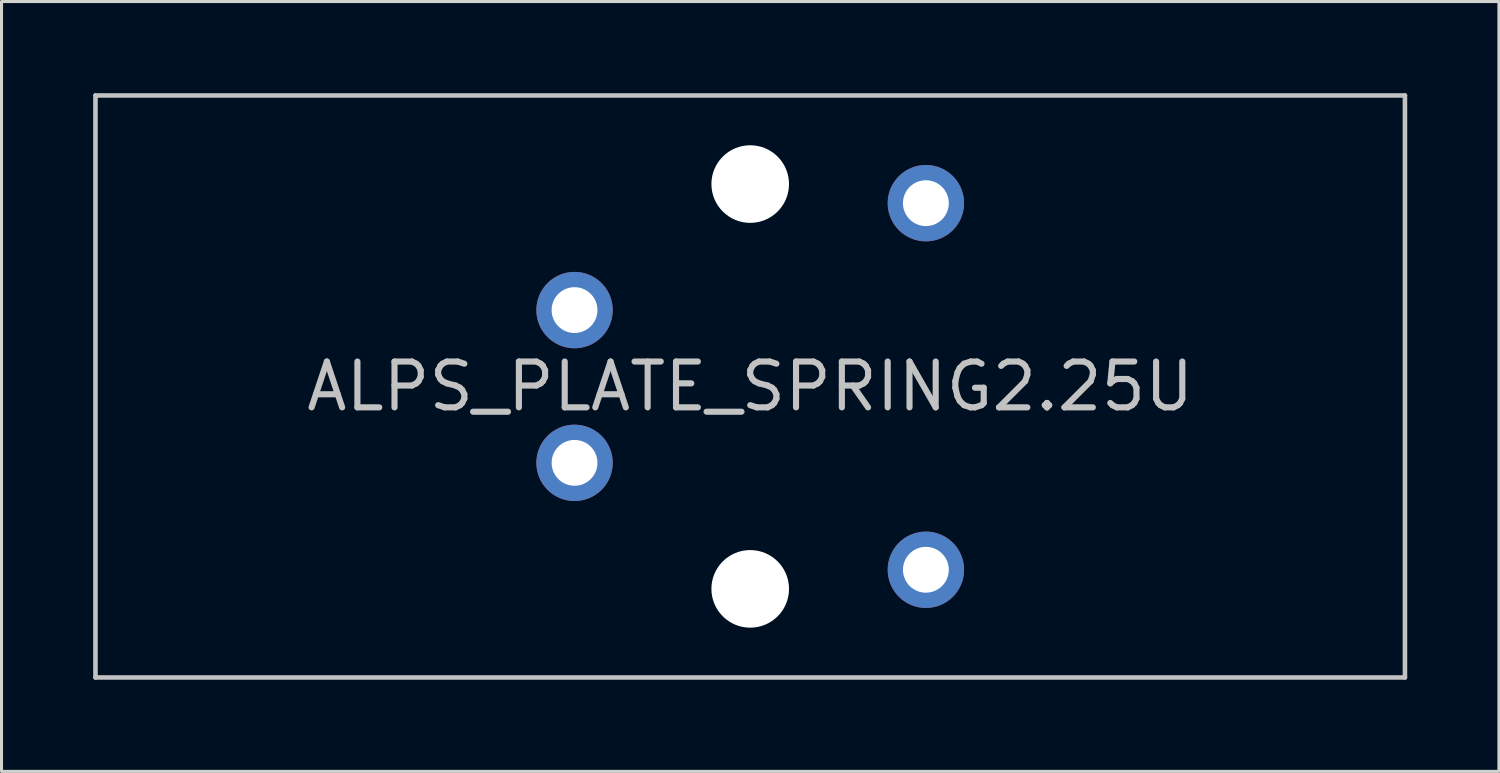
<source format=kicad_pcb>
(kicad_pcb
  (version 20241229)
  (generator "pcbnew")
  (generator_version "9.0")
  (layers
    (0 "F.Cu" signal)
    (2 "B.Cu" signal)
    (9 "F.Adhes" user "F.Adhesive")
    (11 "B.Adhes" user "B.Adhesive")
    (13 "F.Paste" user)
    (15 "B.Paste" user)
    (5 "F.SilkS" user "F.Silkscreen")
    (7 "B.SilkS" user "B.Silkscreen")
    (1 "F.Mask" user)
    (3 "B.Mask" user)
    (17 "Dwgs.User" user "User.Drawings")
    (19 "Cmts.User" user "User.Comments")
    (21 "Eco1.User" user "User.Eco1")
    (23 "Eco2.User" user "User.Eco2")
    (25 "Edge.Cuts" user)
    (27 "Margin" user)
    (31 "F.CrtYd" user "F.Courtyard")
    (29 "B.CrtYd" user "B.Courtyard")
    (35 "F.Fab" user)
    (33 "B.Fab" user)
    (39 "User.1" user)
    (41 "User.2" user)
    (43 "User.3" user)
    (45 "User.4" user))
  (footprint "ALPS_PLATE_SPRING2.25U"
    (layer "F.Cu")
    (at 21.506 9.6)
    (property "Reference" "ALPS_PLATE_SPRING2.25U" (at 0 0 0) (layer "Dwgs.User") (effects (font (size 1.5 1.5) (thickness 0.2))))
    (attr through_hole)
    (fp_line (start -21.431 -9.525) (end -21.431 9.525) (stroke (width 0.15) (type solid)) (layer "Dwgs.User"))
    (fp_line (start -21.431 -9.525) (end 21.431 -9.525) (stroke (width 0.15) (type solid)) (layer "Dwgs.User"))
    (fp_line (start -21.431 9.525) (end 21.431 9.525) (stroke (width 0.15) (type solid)) (layer "Dwgs.User"))
    (fp_line (start 21.431 9.525) (end 21.431 -9.525) (stroke (width 0.15) (type solid)) (layer "Dwgs.User"))
    (pad "" np_thru_hole circle (at 0 -6.625 90) (size 2.54 2.54) (drill 2.54) (layers "*.Cu"))
    (pad "" np_thru_hole circle (at 0 6.625 90) (size 2.54 2.54) (drill 2.54) (layers "*.Cu"))
    (pad "1" thru_hole circle (at -5.75 2.5 90) (size 2.5 2.5) (drill 1.5) (layers "*.Cu" "*.Mask"))
    (pad "2" thru_hole circle (at -5.75 -2.5 90) (size 2.5 2.5) (drill 1.5) (layers "*.Cu" "*.Mask"))
    (pad "3" thru_hole circle (at 5.75 -6 90) (size 2.5 2.5) (drill 1.5) (layers "*.Cu" "*.Mask"))
    (pad "3" thru_hole circle (at 5.75 6 90) (size 2.5 2.5) (drill 1.5) (layers "*.Cu" "*.Mask")))
  (gr_rect
    (start -3 -3)
    (end 46.013 22.2)
    (stroke (width 0.1) (type default))
    (fill no)
    (layer "Edge.Cuts")))
</source>
